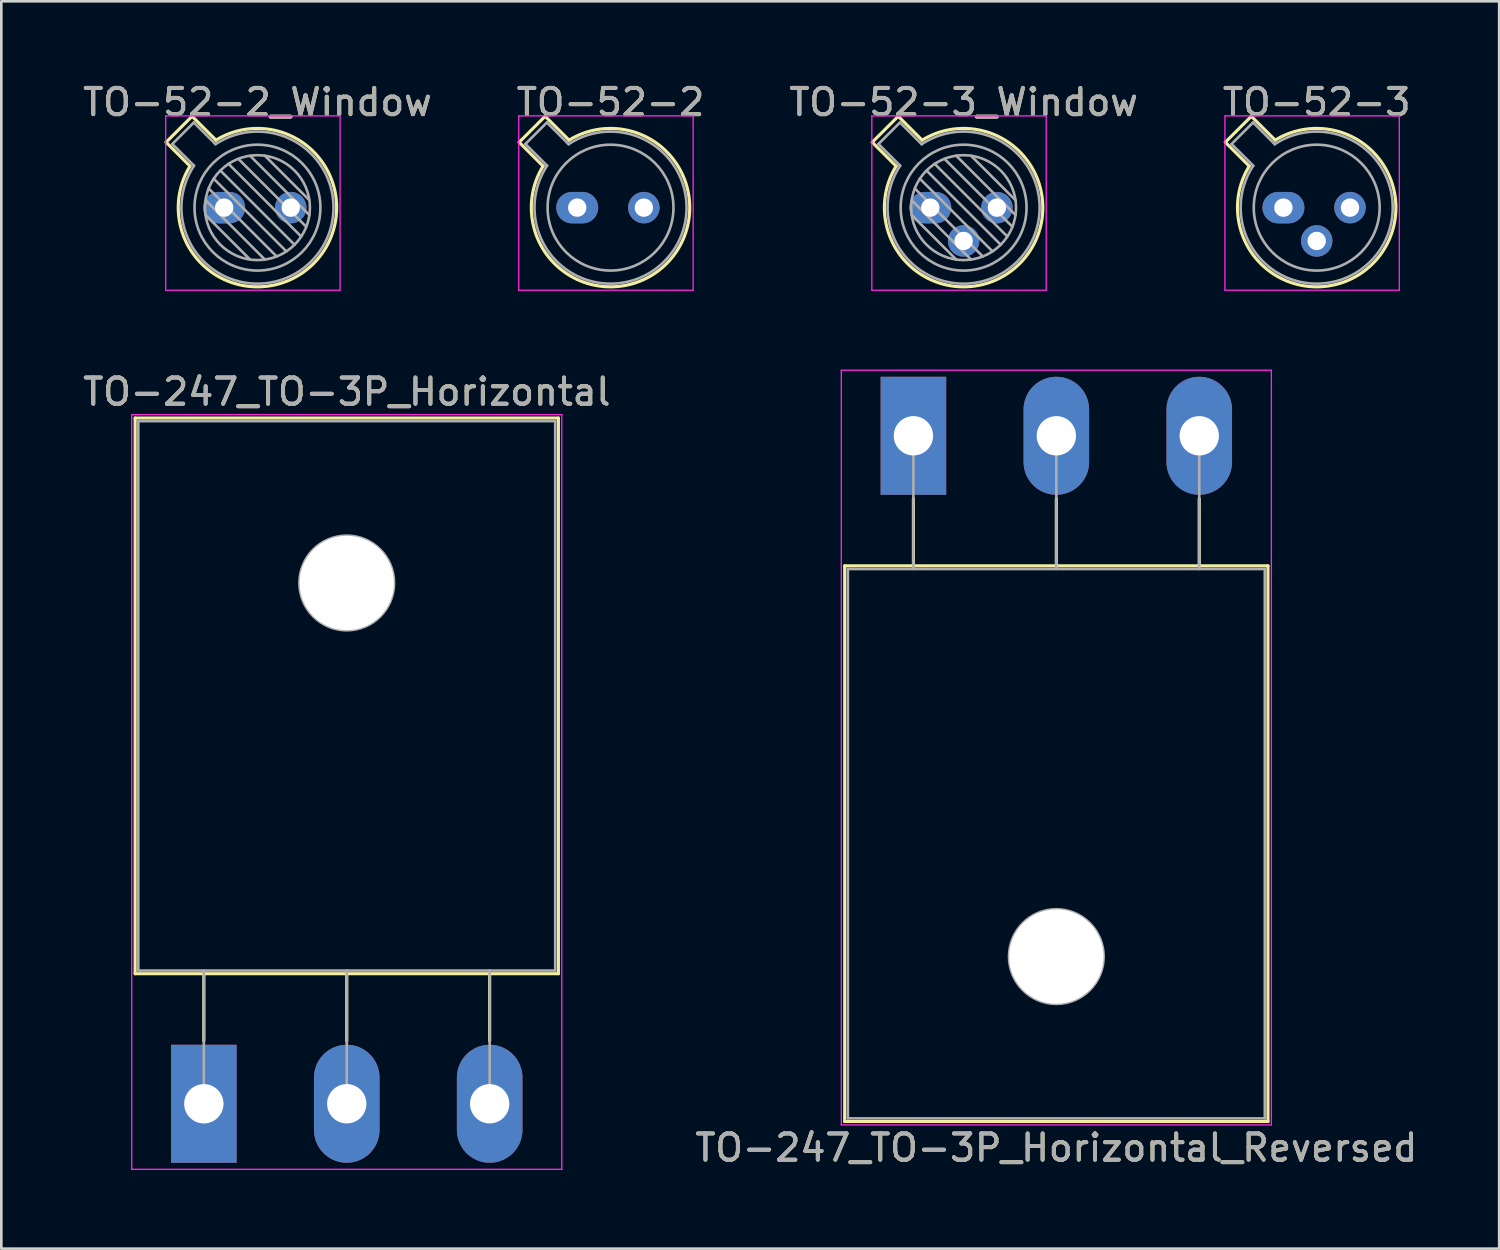
<source format=kicad_pcb>
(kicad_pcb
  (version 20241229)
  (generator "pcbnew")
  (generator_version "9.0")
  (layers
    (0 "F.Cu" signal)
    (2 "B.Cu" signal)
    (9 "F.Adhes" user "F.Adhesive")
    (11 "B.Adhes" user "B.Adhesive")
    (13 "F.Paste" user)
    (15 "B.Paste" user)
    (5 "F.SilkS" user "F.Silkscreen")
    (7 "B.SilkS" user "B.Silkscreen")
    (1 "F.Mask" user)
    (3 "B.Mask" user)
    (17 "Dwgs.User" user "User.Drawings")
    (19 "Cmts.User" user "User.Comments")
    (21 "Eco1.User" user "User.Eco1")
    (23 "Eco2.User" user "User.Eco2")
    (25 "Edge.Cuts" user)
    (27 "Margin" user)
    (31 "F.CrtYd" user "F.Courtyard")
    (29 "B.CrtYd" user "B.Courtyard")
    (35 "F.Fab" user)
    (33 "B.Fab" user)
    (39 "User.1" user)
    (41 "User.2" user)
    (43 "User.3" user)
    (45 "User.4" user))
  (footprint "TO-247_TO-3P_Horizontal_Reversed"
    (layer "F.Cu")
    (at 31.782 13.568)
    (property "Reference" "TO-247_TO-3P_Horizontal_Reversed" (at 5.45 27.15 0) (layer "F.SilkS") (effects (font (size 1 1) (thickness 0.15))))
    (attr through_hole)
    (fp_line (start -2.62 4.96) (end -2.62 26.15) (stroke (width 0.12) (type solid)) (layer "F.SilkS"))
    (fp_line (start -2.62 4.96) (end 13.52 4.96) (stroke (width 0.12) (type solid)) (layer "F.SilkS"))
    (fp_line (start -2.62 26.15) (end 13.52 26.15) (stroke (width 0.12) (type solid)) (layer "F.SilkS"))
    (fp_line (start 0 2.4) (end 0 4.96) (stroke (width 0.12) (type solid)) (layer "F.SilkS"))
    (fp_line (start 5.45 2.4) (end 5.45 4.96) (stroke (width 0.12) (type solid)) (layer "F.SilkS"))
    (fp_line (start 10.9 2.4) (end 10.9 4.96) (stroke (width 0.12) (type solid)) (layer "F.SilkS"))
    (fp_line (start 13.52 4.96) (end 13.52 26.15) (stroke (width 0.12) (type solid)) (layer "F.SilkS"))
    (fp_line (start -2.75 -2.5) (end -2.75 26.28) (stroke (width 0.05) (type solid)) (layer "F.CrtYd"))
    (fp_line (start -2.75 26.28) (end 13.65 26.28) (stroke (width 0.05) (type solid)) (layer "F.CrtYd"))
    (fp_line (start 13.65 -2.5) (end -2.75 -2.5) (stroke (width 0.05) (type solid)) (layer "F.CrtYd"))
    (fp_line (start 13.65 26.28) (end 13.65 -2.5) (stroke (width 0.05) (type solid)) (layer "F.CrtYd"))
    (fp_line (start -2.5 5.08) (end -2.5 26.03) (stroke (width 0.1) (type solid)) (layer "F.Fab"))
    (fp_line (start -2.5 26.03) (end 13.4 26.03) (stroke (width 0.1) (type solid)) (layer "F.Fab"))
    (fp_line (start 0 5.08) (end 0 0) (stroke (width 0.1) (type solid)) (layer "F.Fab"))
    (fp_line (start 5.45 5.08) (end 5.45 0) (stroke (width 0.1) (type solid)) (layer "F.Fab"))
    (fp_line (start 10.9 5.08) (end 10.9 0) (stroke (width 0.1) (type solid)) (layer "F.Fab"))
    (fp_line (start 13.4 5.08) (end -2.5 5.08) (stroke (width 0.1) (type solid)) (layer "F.Fab"))
    (fp_line (start 13.4 26.03) (end 13.4 5.08) (stroke (width 0.1) (type solid)) (layer "F.Fab"))
    (fp_circle (center 5.45 19.86) (end 7.255 19.86) (stroke (width 0.1) (type solid)) (fill no) (layer "F.Fab"))
    (fp_text user "${REFERENCE}" (at 5.45 27.15 0) (layer "F.Fab") (effects (font (size 1 1) (thickness 0.15))))
    (pad "" np_thru_hole oval (at 5.45 19.86) (size 3.6 3.6) (drill 3.6) (layers "*.Cu" "*.Mask"))
    (pad "1" thru_hole rect (at 0 0) (size 2.5 4.5) (drill 1.5) (layers "*.Cu" "*.Mask"))
    (pad "2" thru_hole oval (at 5.45 0) (size 2.5 4.5) (drill 1.5) (layers "*.Cu" "*.Mask"))
    (pad "3" thru_hole oval (at 10.9 0) (size 2.5 4.5) (drill 1.5) (layers "*.Cu" "*.Mask")))
  (footprint "TO-247_TO-3P_Horizontal"
    (layer "F.Cu")
    (at 4.723 39.041)
    (property "Reference" "TO-247_TO-3P_Horizontal" (at 5.45 -27.15 0) (layer "F.SilkS") (effects (font (size 1 1) (thickness 0.15))))
    (attr through_hole)
    (fp_line (start -2.62 -26.15) (end -2.62 -4.96) (stroke (width 0.12) (type solid)) (layer "F.SilkS"))
    (fp_line (start -2.62 -26.15) (end 13.52 -26.15) (stroke (width 0.12) (type solid)) (layer "F.SilkS"))
    (fp_line (start -2.62 -4.96) (end 13.52 -4.96) (stroke (width 0.12) (type solid)) (layer "F.SilkS"))
    (fp_line (start 0 -4.96) (end 0 -2.4) (stroke (width 0.12) (type solid)) (layer "F.SilkS"))
    (fp_line (start 5.45 -4.96) (end 5.45 -2.4) (stroke (width 0.12) (type solid)) (layer "F.SilkS"))
    (fp_line (start 10.9 -4.96) (end 10.9 -2.4) (stroke (width 0.12) (type solid)) (layer "F.SilkS"))
    (fp_line (start 13.52 -26.15) (end 13.52 -4.96) (stroke (width 0.12) (type solid)) (layer "F.SilkS"))
    (fp_line (start -2.75 -26.28) (end -2.75 2.5) (stroke (width 0.05) (type solid)) (layer "F.CrtYd"))
    (fp_line (start -2.75 2.5) (end 13.65 2.5) (stroke (width 0.05) (type solid)) (layer "F.CrtYd"))
    (fp_line (start 13.65 -26.28) (end -2.75 -26.28) (stroke (width 0.05) (type solid)) (layer "F.CrtYd"))
    (fp_line (start 13.65 2.5) (end 13.65 -26.28) (stroke (width 0.05) (type solid)) (layer "F.CrtYd"))
    (fp_line (start -2.5 -26.03) (end 13.4 -26.03) (stroke (width 0.1) (type solid)) (layer "F.Fab"))
    (fp_line (start -2.5 -5.08) (end -2.5 -26.03) (stroke (width 0.1) (type solid)) (layer "F.Fab"))
    (fp_line (start 0 -5.08) (end 0 0) (stroke (width 0.1) (type solid)) (layer "F.Fab"))
    (fp_line (start 5.45 -5.08) (end 5.45 0) (stroke (width 0.1) (type solid)) (layer "F.Fab"))
    (fp_line (start 10.9 -5.08) (end 10.9 0) (stroke (width 0.1) (type solid)) (layer "F.Fab"))
    (fp_line (start 13.4 -26.03) (end 13.4 -5.08) (stroke (width 0.1) (type solid)) (layer "F.Fab"))
    (fp_line (start 13.4 -5.08) (end -2.5 -5.08) (stroke (width 0.1) (type solid)) (layer "F.Fab"))
    (fp_circle (center 5.45 -19.86) (end 7.255 -19.86) (stroke (width 0.1) (type solid)) (fill no) (layer "F.Fab"))
    (fp_text user "${REFERENCE}" (at 5.45 -27.15 0) (layer "F.Fab") (effects (font (size 1 1) (thickness 0.15))))
    (pad "" np_thru_hole oval (at 5.45 -19.86) (size 3.6 3.6) (drill 3.6) (layers "*.Cu" "*.Mask"))
    (pad "1" thru_hole rect (at 0 0) (size 2.5 4.5) (drill 1.5) (layers "*.Cu" "*.Mask"))
    (pad "2" thru_hole oval (at 5.45 0) (size 2.5 4.5) (drill 1.5) (layers "*.Cu" "*.Mask"))
    (pad "3" thru_hole oval (at 10.9 0) (size 2.5 4.5) (drill 1.5) (layers "*.Cu" "*.Mask")))
  (footprint "TO-52-3"
    (layer "F.Cu")
    (at 45.891 4.868)
    (property "Reference" "TO-52-3" (at 1.27 -4.02 0) (layer "F.SilkS") (effects (font (size 1 1) (thickness 0.15))))
    (attr through_hole)
    (fp_line (start -2.214 -2.494) (end -1.302 -1.582) (stroke (width 0.12) (type solid)) (layer "F.SilkS"))
    (fp_line (start -1.224 -3.484) (end -2.214 -2.494) (stroke (width 0.12) (type solid)) (layer "F.SilkS"))
    (fp_line (start -0.312 -2.572) (end -1.224 -3.484) (stroke (width 0.12) (type solid)) (layer "F.SilkS"))
    (fp_arc (start -0.312331 -2.572281) (mid 3.405374 2.135551) (end -1.30215 -1.582544) (stroke (width 0.12) (type solid)) (layer "F.SilkS"))
    (fp_line (start -2.23 -3.5) (end -2.23 3.15) (stroke (width 0.05) (type solid)) (layer "F.CrtYd"))
    (fp_line (start -2.23 3.15) (end 4.42 3.15) (stroke (width 0.05) (type solid)) (layer "F.CrtYd"))
    (fp_line (start 4.42 -3.5) (end -2.23 -3.5) (stroke (width 0.05) (type solid)) (layer "F.CrtYd"))
    (fp_line (start 4.42 3.15) (end 4.42 -3.5) (stroke (width 0.05) (type solid)) (layer "F.CrtYd"))
    (fp_line (start -1.977 -2.426) (end -1.149 -1.599) (stroke (width 0.1) (type solid)) (layer "F.Fab"))
    (fp_line (start -1.156 -3.247) (end -1.977 -2.426) (stroke (width 0.1) (type solid)) (layer "F.Fab"))
    (fp_line (start -0.329 -2.419) (end -1.156 -3.247) (stroke (width 0.1) (type solid)) (layer "F.Fab"))
    (fp_arc (start -0.329057 -2.419301) (mid 3.321076 2.050143) (end -1.150029 -1.597956) (stroke (width 0.1) (type solid)) (layer "F.Fab"))
    (fp_circle (center 1.27 0) (end 3.67 0) (stroke (width 0.1) (type solid)) (fill no) (layer "F.Fab"))
    (fp_text user "${REFERENCE}" (at 1.27 -4.02 0) (layer "F.Fab") (effects (font (size 1 1) (thickness 0.15))))
    (pad "1" thru_hole oval (at 0 0) (size 1.6 1.2) (drill 0.7) (layers "*.Cu" "*.Mask"))
    (pad "2" thru_hole oval (at 1.27 1.27) (size 1.2 1.2) (drill 0.7) (layers "*.Cu" "*.Mask"))
    (pad "3" thru_hole oval (at 2.54 0) (size 1.2 1.2) (drill 0.7) (layers "*.Cu" "*.Mask")))
  (footprint "TO-52-2_Window"
    (layer "F.Cu")
    (at 5.498 4.868)
    (property "Reference" "TO-52-2_Window" (at 1.27 -4.02 0) (layer "F.SilkS") (effects (font (size 1 1) (thickness 0.15))))
    (attr through_hole)
    (fp_line (start -2.214 -2.494) (end -1.302 -1.582) (stroke (width 0.12) (type solid)) (layer "F.SilkS"))
    (fp_line (start -1.224 -3.484) (end -2.214 -2.494) (stroke (width 0.12) (type solid)) (layer "F.SilkS"))
    (fp_line (start -0.312 -2.572) (end -1.224 -3.484) (stroke (width 0.12) (type solid)) (layer "F.SilkS"))
    (fp_arc (start -0.312331 -2.572281) (mid 3.405374 2.135551) (end -1.30215 -1.582544) (stroke (width 0.12) (type solid)) (layer "F.SilkS"))
    (fp_line (start -2.23 -3.5) (end -2.23 3.15) (stroke (width 0.05) (type solid)) (layer "F.CrtYd"))
    (fp_line (start -2.23 3.15) (end 4.42 3.15) (stroke (width 0.05) (type solid)) (layer "F.CrtYd"))
    (fp_line (start 4.42 -3.5) (end -2.23 -3.5) (stroke (width 0.05) (type solid)) (layer "F.CrtYd"))
    (fp_line (start 4.42 3.15) (end 4.42 -3.5) (stroke (width 0.05) (type solid)) (layer "F.CrtYd"))
    (fp_line (start -1.977 -2.426) (end -1.149 -1.599) (stroke (width 0.1) (type solid)) (layer "F.Fab"))
    (fp_line (start -1.156 -3.247) (end -1.977 -2.426) (stroke (width 0.1) (type solid)) (layer "F.Fab"))
    (fp_line (start -0.71 -0.283) (end 1.553 1.98) (stroke (width 0.1) (type solid)) (layer "F.Fab"))
    (fp_line (start -0.71 0.283) (end 0.987 1.98) (stroke (width 0.1) (type solid)) (layer "F.Fab"))
    (fp_line (start -0.592 -0.731) (end 2.001 1.862) (stroke (width 0.1) (type solid)) (layer "F.Fab"))
    (fp_line (start -0.399 -1.103) (end 2.373 1.669) (stroke (width 0.1) (type solid)) (layer "F.Fab"))
    (fp_line (start -0.329 -2.419) (end -1.156 -3.247) (stroke (width 0.1) (type solid)) (layer "F.Fab"))
    (fp_line (start -0.145 -1.415) (end 2.685 1.415) (stroke (width 0.1) (type solid)) (layer "F.Fab"))
    (fp_line (start 0.167 -1.669) (end 2.939 1.103) (stroke (width 0.1) (type solid)) (layer "F.Fab"))
    (fp_line (start 0.539 -1.862) (end 3.132 0.731) (stroke (width 0.1) (type solid)) (layer "F.Fab"))
    (fp_line (start 0.987 -1.98) (end 3.25 0.283) (stroke (width 0.1) (type solid)) (layer "F.Fab"))
    (fp_line (start 1.553 -1.98) (end 3.25 -0.283) (stroke (width 0.1) (type solid)) (layer "F.Fab"))
    (fp_arc (start -0.329057 -2.419301) (mid 3.321076 2.050143) (end -1.150029 -1.597956) (stroke (width 0.1) (type solid)) (layer "F.Fab"))
    (fp_circle (center 1.27 0) (end 3.27 0) (stroke (width 0.1) (type solid)) (fill no) (layer "F.Fab"))
    (fp_circle (center 1.27 0) (end 3.67 0) (stroke (width 0.1) (type solid)) (fill no) (layer "F.Fab"))
    (fp_text user "${REFERENCE}" (at 1.27 -4.02 0) (layer "F.Fab") (effects (font (size 1 1) (thickness 0.15))))
    (pad "1" thru_hole oval (at 0 0) (size 1.6 1.2) (drill 0.7) (layers "*.Cu" "*.Mask"))
    (pad "2" thru_hole oval (at 2.54 0) (size 1.2 1.2) (drill 0.7) (layers "*.Cu" "*.Mask")))
  (footprint "TO-52-3_Window"
    (layer "F.Cu")
    (at 32.426 4.868)
    (property "Reference" "TO-52-3_Window" (at 1.27 -4.02 0) (layer "F.SilkS") (effects (font (size 1 1) (thickness 0.15))))
    (attr through_hole)
    (fp_line (start -2.214 -2.494) (end -1.302 -1.582) (stroke (width 0.12) (type solid)) (layer "F.SilkS"))
    (fp_line (start -1.224 -3.484) (end -2.214 -2.494) (stroke (width 0.12) (type solid)) (layer "F.SilkS"))
    (fp_line (start -0.312 -2.572) (end -1.224 -3.484) (stroke (width 0.12) (type solid)) (layer "F.SilkS"))
    (fp_arc (start -0.312331 -2.572281) (mid 3.405374 2.135551) (end -1.30215 -1.582544) (stroke (width 0.12) (type solid)) (layer "F.SilkS"))
    (fp_line (start -2.23 -3.5) (end -2.23 3.15) (stroke (width 0.05) (type solid)) (layer "F.CrtYd"))
    (fp_line (start -2.23 3.15) (end 4.42 3.15) (stroke (width 0.05) (type solid)) (layer "F.CrtYd"))
    (fp_line (start 4.42 -3.5) (end -2.23 -3.5) (stroke (width 0.05) (type solid)) (layer "F.CrtYd"))
    (fp_line (start 4.42 3.15) (end 4.42 -3.5) (stroke (width 0.05) (type solid)) (layer "F.CrtYd"))
    (fp_line (start -1.977 -2.426) (end -1.149 -1.599) (stroke (width 0.1) (type solid)) (layer "F.Fab"))
    (fp_line (start -1.156 -3.247) (end -1.977 -2.426) (stroke (width 0.1) (type solid)) (layer "F.Fab"))
    (fp_line (start -0.71 -0.283) (end 1.553 1.98) (stroke (width 0.1) (type solid)) (layer "F.Fab"))
    (fp_line (start -0.71 0.283) (end 0.987 1.98) (stroke (width 0.1) (type solid)) (layer "F.Fab"))
    (fp_line (start -0.592 -0.731) (end 2.001 1.862) (stroke (width 0.1) (type solid)) (layer "F.Fab"))
    (fp_line (start -0.399 -1.103) (end 2.373 1.669) (stroke (width 0.1) (type solid)) (layer "F.Fab"))
    (fp_line (start -0.329 -2.419) (end -1.156 -3.247) (stroke (width 0.1) (type solid)) (layer "F.Fab"))
    (fp_line (start -0.145 -1.415) (end 2.685 1.415) (stroke (width 0.1) (type solid)) (layer "F.Fab"))
    (fp_line (start 0.167 -1.669) (end 2.939 1.103) (stroke (width 0.1) (type solid)) (layer "F.Fab"))
    (fp_line (start 0.539 -1.862) (end 3.132 0.731) (stroke (width 0.1) (type solid)) (layer "F.Fab"))
    (fp_line (start 0.987 -1.98) (end 3.25 0.283) (stroke (width 0.1) (type solid)) (layer "F.Fab"))
    (fp_line (start 1.553 -1.98) (end 3.25 -0.283) (stroke (width 0.1) (type solid)) (layer "F.Fab"))
    (fp_arc (start -0.329057 -2.419301) (mid 3.321076 2.050143) (end -1.150029 -1.597956) (stroke (width 0.1) (type solid)) (layer "F.Fab"))
    (fp_circle (center 1.27 0) (end 3.27 0) (stroke (width 0.1) (type solid)) (fill no) (layer "F.Fab"))
    (fp_circle (center 1.27 0) (end 3.67 0) (stroke (width 0.1) (type solid)) (fill no) (layer "F.Fab"))
    (fp_text user "${REFERENCE}" (at 1.27 -4.02 0) (layer "F.Fab") (effects (font (size 1 1) (thickness 0.15))))
    (pad "1" thru_hole oval (at 0 0) (size 1.6 1.2) (drill 0.7) (layers "*.Cu" "*.Mask"))
    (pad "2" thru_hole oval (at 1.27 1.27) (size 1.2 1.2) (drill 0.7) (layers "*.Cu" "*.Mask"))
    (pad "3" thru_hole oval (at 2.54 0) (size 1.2 1.2) (drill 0.7) (layers "*.Cu" "*.Mask")))
  (footprint "TO-52-2"
    (layer "F.Cu")
    (at 18.962 4.868)
    (property "Reference" "TO-52-2" (at 1.27 -4.02 0) (layer "F.SilkS") (effects (font (size 1 1) (thickness 0.15))))
    (attr through_hole)
    (fp_line (start -2.214 -2.494) (end -1.302 -1.582) (stroke (width 0.12) (type solid)) (layer "F.SilkS"))
    (fp_line (start -1.224 -3.484) (end -2.214 -2.494) (stroke (width 0.12) (type solid)) (layer "F.SilkS"))
    (fp_line (start -0.312 -2.572) (end -1.224 -3.484) (stroke (width 0.12) (type solid)) (layer "F.SilkS"))
    (fp_arc (start -0.312331 -2.572281) (mid 3.405374 2.135551) (end -1.30215 -1.582544) (stroke (width 0.12) (type solid)) (layer "F.SilkS"))
    (fp_line (start -2.23 -3.5) (end -2.23 3.15) (stroke (width 0.05) (type solid)) (layer "F.CrtYd"))
    (fp_line (start -2.23 3.15) (end 4.42 3.15) (stroke (width 0.05) (type solid)) (layer "F.CrtYd"))
    (fp_line (start 4.42 -3.5) (end -2.23 -3.5) (stroke (width 0.05) (type solid)) (layer "F.CrtYd"))
    (fp_line (start 4.42 3.15) (end 4.42 -3.5) (stroke (width 0.05) (type solid)) (layer "F.CrtYd"))
    (fp_line (start -1.977 -2.426) (end -1.149 -1.599) (stroke (width 0.1) (type solid)) (layer "F.Fab"))
    (fp_line (start -1.156 -3.247) (end -1.977 -2.426) (stroke (width 0.1) (type solid)) (layer "F.Fab"))
    (fp_line (start -0.329 -2.419) (end -1.156 -3.247) (stroke (width 0.1) (type solid)) (layer "F.Fab"))
    (fp_arc (start -0.329057 -2.419301) (mid 3.321076 2.050143) (end -1.150029 -1.597956) (stroke (width 0.1) (type solid)) (layer "F.Fab"))
    (fp_circle (center 1.27 0) (end 3.67 0) (stroke (width 0.1) (type solid)) (fill no) (layer "F.Fab"))
    (fp_text user "${REFERENCE}" (at 1.27 -4.02 0) (layer "F.Fab") (effects (font (size 1 1) (thickness 0.15))))
    (pad "1" thru_hole oval (at 0 0) (size 1.6 1.2) (drill 0.7) (layers "*.Cu" "*.Mask"))
    (pad "2" thru_hole oval (at 2.54 0) (size 1.2 1.2) (drill 0.7) (layers "*.Cu" "*.Mask")))
  (gr_rect
    (start -3 -3)
    (end 54.119 44.566)
    (stroke (width 0.1) (type default))
    (fill no)
    (layer "Edge.Cuts")))
</source>
